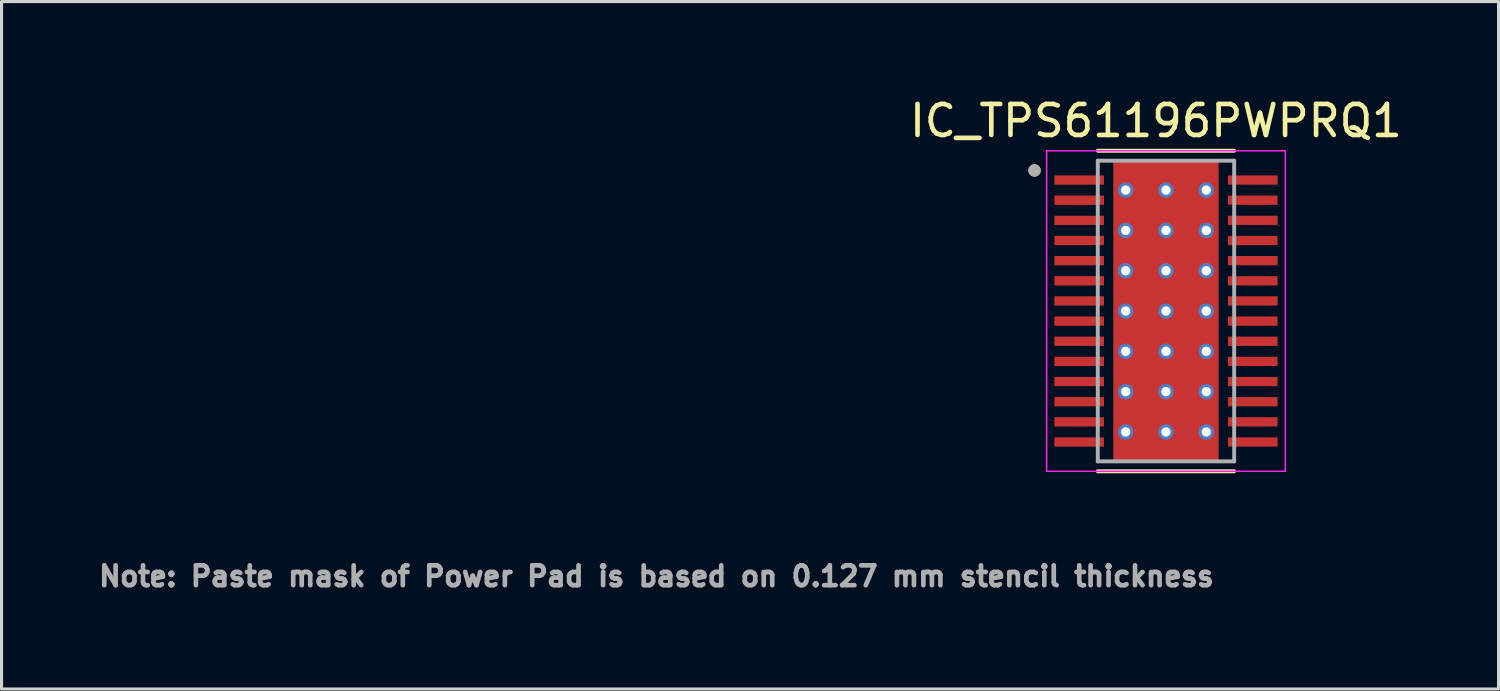
<source format=kicad_pcb>
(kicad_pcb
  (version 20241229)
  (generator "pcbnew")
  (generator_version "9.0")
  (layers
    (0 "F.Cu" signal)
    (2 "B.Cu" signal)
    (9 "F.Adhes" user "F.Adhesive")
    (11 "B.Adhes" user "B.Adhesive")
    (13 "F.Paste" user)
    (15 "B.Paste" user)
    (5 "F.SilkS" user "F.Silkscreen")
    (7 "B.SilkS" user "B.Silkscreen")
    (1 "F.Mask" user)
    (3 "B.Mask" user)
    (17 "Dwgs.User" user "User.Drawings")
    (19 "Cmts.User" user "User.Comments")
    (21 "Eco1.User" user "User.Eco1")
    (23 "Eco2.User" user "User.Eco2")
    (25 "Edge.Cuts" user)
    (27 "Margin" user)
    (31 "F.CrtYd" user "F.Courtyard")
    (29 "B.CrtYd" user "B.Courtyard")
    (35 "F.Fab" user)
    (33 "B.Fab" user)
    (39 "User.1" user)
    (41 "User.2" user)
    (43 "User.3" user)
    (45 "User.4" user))
  (footprint "IC_TPS61196PWPRQ1"
    (layer "F.Cu")
    (at 34.562 6.983)
    (property "Reference" "IC_TPS61196PWPRQ1" (at -0.325 -6.135 0) (layer "F.SilkS") (effects (font (size 1 1) (thickness 0.15))))
    (attr smd)
    (fp_poly (pts (xy -3.67 -4.445) (xy -1.93 -4.445) (xy -1.93 -4.005) (xy -3.67 -4.005)) (stroke (width 0.01) (type solid)) (fill yes) (layer "F.Mask"))
    (fp_poly (pts (xy -3.67 -3.795) (xy -1.93 -3.795) (xy -1.93 -3.355) (xy -3.67 -3.355)) (stroke (width 0.01) (type solid)) (fill yes) (layer "F.Mask"))
    (fp_poly (pts (xy -3.67 -3.145) (xy -1.93 -3.145) (xy -1.93 -2.705) (xy -3.67 -2.705)) (stroke (width 0.01) (type solid)) (fill yes) (layer "F.Mask"))
    (fp_poly (pts (xy -3.67 -2.495) (xy -1.93 -2.495) (xy -1.93 -2.055) (xy -3.67 -2.055)) (stroke (width 0.01) (type solid)) (fill yes) (layer "F.Mask"))
    (fp_poly (pts (xy -3.67 -1.845) (xy -1.93 -1.845) (xy -1.93 -1.405) (xy -3.67 -1.405)) (stroke (width 0.01) (type solid)) (fill yes) (layer "F.Mask"))
    (fp_poly (pts (xy -3.67 -1.195) (xy -1.93 -1.195) (xy -1.93 -0.755) (xy -3.67 -0.755)) (stroke (width 0.01) (type solid)) (fill yes) (layer "F.Mask"))
    (fp_poly (pts (xy -3.67 -0.545) (xy -1.93 -0.545) (xy -1.93 -0.105) (xy -3.67 -0.105)) (stroke (width 0.01) (type solid)) (fill yes) (layer "F.Mask"))
    (fp_poly (pts (xy -3.67 0.105) (xy -1.93 0.105) (xy -1.93 0.545) (xy -3.67 0.545)) (stroke (width 0.01) (type solid)) (fill yes) (layer "F.Mask"))
    (fp_poly (pts (xy -3.67 0.755) (xy -1.93 0.755) (xy -1.93 1.195) (xy -3.67 1.195)) (stroke (width 0.01) (type solid)) (fill yes) (layer "F.Mask"))
    (fp_poly (pts (xy -3.67 1.405) (xy -1.93 1.405) (xy -1.93 1.845) (xy -3.67 1.845)) (stroke (width 0.01) (type solid)) (fill yes) (layer "F.Mask"))
    (fp_poly (pts (xy -3.67 2.055) (xy -1.93 2.055) (xy -1.93 2.495) (xy -3.67 2.495)) (stroke (width 0.01) (type solid)) (fill yes) (layer "F.Mask"))
    (fp_poly (pts (xy -3.67 2.705) (xy -1.93 2.705) (xy -1.93 3.145) (xy -3.67 3.145)) (stroke (width 0.01) (type solid)) (fill yes) (layer "F.Mask"))
    (fp_poly (pts (xy -3.67 3.355) (xy -1.93 3.355) (xy -1.93 3.795) (xy -3.67 3.795)) (stroke (width 0.01) (type solid)) (fill yes) (layer "F.Mask"))
    (fp_poly (pts (xy -3.67 4.005) (xy -1.93 4.005) (xy -1.93 4.445) (xy -3.67 4.445)) (stroke (width 0.01) (type solid)) (fill yes) (layer "F.Mask"))
    (fp_poly (pts (xy -1.2 -3.23) (xy 1.2 -3.23) (xy 1.2 3.23) (xy -1.2 3.23)) (stroke (width 0.01) (type solid)) (fill yes) (layer "F.Mask"))
    (fp_poly (pts (xy 1.93 -4.445) (xy 3.67 -4.445) (xy 3.67 -4.005) (xy 1.93 -4.005)) (stroke (width 0.01) (type solid)) (fill yes) (layer "F.Mask"))
    (fp_poly (pts (xy 1.93 -3.795) (xy 3.67 -3.795) (xy 3.67 -3.355) (xy 1.93 -3.355)) (stroke (width 0.01) (type solid)) (fill yes) (layer "F.Mask"))
    (fp_poly (pts (xy 1.93 -3.145) (xy 3.67 -3.145) (xy 3.67 -2.705) (xy 1.93 -2.705)) (stroke (width 0.01) (type solid)) (fill yes) (layer "F.Mask"))
    (fp_poly (pts (xy 1.93 -2.495) (xy 3.67 -2.495) (xy 3.67 -2.055) (xy 1.93 -2.055)) (stroke (width 0.01) (type solid)) (fill yes) (layer "F.Mask"))
    (fp_poly (pts (xy 1.93 -1.845) (xy 3.67 -1.845) (xy 3.67 -1.405) (xy 1.93 -1.405)) (stroke (width 0.01) (type solid)) (fill yes) (layer "F.Mask"))
    (fp_poly (pts (xy 1.93 -1.195) (xy 3.67 -1.195) (xy 3.67 -0.755) (xy 1.93 -0.755)) (stroke (width 0.01) (type solid)) (fill yes) (layer "F.Mask"))
    (fp_poly (pts (xy 1.93 -0.545) (xy 3.67 -0.545) (xy 3.67 -0.105) (xy 1.93 -0.105)) (stroke (width 0.01) (type solid)) (fill yes) (layer "F.Mask"))
    (fp_poly (pts (xy 1.93 0.105) (xy 3.67 0.105) (xy 3.67 0.545) (xy 1.93 0.545)) (stroke (width 0.01) (type solid)) (fill yes) (layer "F.Mask"))
    (fp_poly (pts (xy 1.93 0.755) (xy 3.67 0.755) (xy 3.67 1.195) (xy 1.93 1.195)) (stroke (width 0.01) (type solid)) (fill yes) (layer "F.Mask"))
    (fp_poly (pts (xy 1.93 1.405) (xy 3.67 1.405) (xy 3.67 1.845) (xy 1.93 1.845)) (stroke (width 0.01) (type solid)) (fill yes) (layer "F.Mask"))
    (fp_poly (pts (xy 1.93 2.055) (xy 3.67 2.055) (xy 3.67 2.495) (xy 1.93 2.495)) (stroke (width 0.01) (type solid)) (fill yes) (layer "F.Mask"))
    (fp_poly (pts (xy 1.93 2.705) (xy 3.67 2.705) (xy 3.67 3.145) (xy 1.93 3.145)) (stroke (width 0.01) (type solid)) (fill yes) (layer "F.Mask"))
    (fp_poly (pts (xy 1.93 3.355) (xy 3.67 3.355) (xy 3.67 3.795) (xy 1.93 3.795)) (stroke (width 0.01) (type solid)) (fill yes) (layer "F.Mask"))
    (fp_poly (pts (xy 1.93 4.005) (xy 3.67 4.005) (xy 3.67 4.445) (xy 1.93 4.445)) (stroke (width 0.01) (type solid)) (fill yes) (layer "F.Mask"))
    (fp_line (start -2.2 -5.17) (end 2.2 -5.17) (stroke (width 0.127) (type solid)) (layer "F.SilkS"))
    (fp_line (start -2.2 5.17) (end 2.2 5.17) (stroke (width 0.127) (type solid)) (layer "F.SilkS"))
    (fp_circle (center -4.24 -4.535) (end -4.14 -4.535) (stroke (width 0.2) (type solid)) (fill no) (layer "F.SilkS"))
    (fp_poly (pts (xy -3.575 -4.35) (xy -2.025 -4.35) (xy -2.025 -4.1) (xy -3.575 -4.1)) (stroke (width 0.01) (type solid)) (fill yes) (layer "F.Paste"))
    (fp_poly (pts (xy -3.575 -3.7) (xy -2.025 -3.7) (xy -2.025 -3.45) (xy -3.575 -3.45)) (stroke (width 0.01) (type solid)) (fill yes) (layer "F.Paste"))
    (fp_poly (pts (xy -3.575 -3.05) (xy -2.025 -3.05) (xy -2.025 -2.8) (xy -3.575 -2.8)) (stroke (width 0.01) (type solid)) (fill yes) (layer "F.Paste"))
    (fp_poly (pts (xy -3.575 -2.4) (xy -2.025 -2.4) (xy -2.025 -2.15) (xy -3.575 -2.15)) (stroke (width 0.01) (type solid)) (fill yes) (layer "F.Paste"))
    (fp_poly (pts (xy -3.575 -1.75) (xy -2.025 -1.75) (xy -2.025 -1.5) (xy -3.575 -1.5)) (stroke (width 0.01) (type solid)) (fill yes) (layer "F.Paste"))
    (fp_poly (pts (xy -3.575 -1.1) (xy -2.025 -1.1) (xy -2.025 -0.85) (xy -3.575 -0.85)) (stroke (width 0.01) (type solid)) (fill yes) (layer "F.Paste"))
    (fp_poly (pts (xy -3.575 -0.45) (xy -2.025 -0.45) (xy -2.025 -0.2) (xy -3.575 -0.2)) (stroke (width 0.01) (type solid)) (fill yes) (layer "F.Paste"))
    (fp_poly (pts (xy -3.575 0.2) (xy -2.025 0.2) (xy -2.025 0.45) (xy -3.575 0.45)) (stroke (width 0.01) (type solid)) (fill yes) (layer "F.Paste"))
    (fp_poly (pts (xy -3.575 0.85) (xy -2.025 0.85) (xy -2.025 1.1) (xy -3.575 1.1)) (stroke (width 0.01) (type solid)) (fill yes) (layer "F.Paste"))
    (fp_poly (pts (xy -3.575 1.5) (xy -2.025 1.5) (xy -2.025 1.75) (xy -3.575 1.75)) (stroke (width 0.01) (type solid)) (fill yes) (layer "F.Paste"))
    (fp_poly (pts (xy -3.575 2.15) (xy -2.025 2.15) (xy -2.025 2.4) (xy -3.575 2.4)) (stroke (width 0.01) (type solid)) (fill yes) (layer "F.Paste"))
    (fp_poly (pts (xy -3.575 2.8) (xy -2.025 2.8) (xy -2.025 3.05) (xy -3.575 3.05)) (stroke (width 0.01) (type solid)) (fill yes) (layer "F.Paste"))
    (fp_poly (pts (xy -3.575 3.45) (xy -2.025 3.45) (xy -2.025 3.7) (xy -3.575 3.7)) (stroke (width 0.01) (type solid)) (fill yes) (layer "F.Paste"))
    (fp_poly (pts (xy -3.575 4.1) (xy -2.025 4.1) (xy -2.025 4.35) (xy -3.575 4.35)) (stroke (width 0.01) (type solid)) (fill yes) (layer "F.Paste"))
    (fp_poly (pts (xy -1.2 -3.23) (xy 1.2 -3.23) (xy 1.2 3.23) (xy -1.2 3.23)) (stroke (width 0.01) (type solid)) (fill yes) (layer "F.Paste"))
    (fp_poly (pts (xy 2.025 -4.35) (xy 3.575 -4.35) (xy 3.575 -4.1) (xy 2.025 -4.1)) (stroke (width 0.01) (type solid)) (fill yes) (layer "F.Paste"))
    (fp_poly (pts (xy 2.025 -3.7) (xy 3.575 -3.7) (xy 3.575 -3.45) (xy 2.025 -3.45)) (stroke (width 0.01) (type solid)) (fill yes) (layer "F.Paste"))
    (fp_poly (pts (xy 2.025 -3.05) (xy 3.575 -3.05) (xy 3.575 -2.8) (xy 2.025 -2.8)) (stroke (width 0.01) (type solid)) (fill yes) (layer "F.Paste"))
    (fp_poly (pts (xy 2.025 -2.4) (xy 3.575 -2.4) (xy 3.575 -2.15) (xy 2.025 -2.15)) (stroke (width 0.01) (type solid)) (fill yes) (layer "F.Paste"))
    (fp_poly (pts (xy 2.025 -1.75) (xy 3.575 -1.75) (xy 3.575 -1.5) (xy 2.025 -1.5)) (stroke (width 0.01) (type solid)) (fill yes) (layer "F.Paste"))
    (fp_poly (pts (xy 2.025 -1.1) (xy 3.575 -1.1) (xy 3.575 -0.85) (xy 2.025 -0.85)) (stroke (width 0.01) (type solid)) (fill yes) (layer "F.Paste"))
    (fp_poly (pts (xy 2.025 -0.45) (xy 3.575 -0.45) (xy 3.575 -0.2) (xy 2.025 -0.2)) (stroke (width 0.01) (type solid)) (fill yes) (layer "F.Paste"))
    (fp_poly (pts (xy 2.025 0.2) (xy 3.575 0.2) (xy 3.575 0.45) (xy 2.025 0.45)) (stroke (width 0.01) (type solid)) (fill yes) (layer "F.Paste"))
    (fp_poly (pts (xy 2.025 0.85) (xy 3.575 0.85) (xy 3.575 1.1) (xy 2.025 1.1)) (stroke (width 0.01) (type solid)) (fill yes) (layer "F.Paste"))
    (fp_poly (pts (xy 2.025 1.5) (xy 3.575 1.5) (xy 3.575 1.75) (xy 2.025 1.75)) (stroke (width 0.01) (type solid)) (fill yes) (layer "F.Paste"))
    (fp_poly (pts (xy 2.025 2.15) (xy 3.575 2.15) (xy 3.575 2.4) (xy 2.025 2.4)) (stroke (width 0.01) (type solid)) (fill yes) (layer "F.Paste"))
    (fp_poly (pts (xy 2.025 2.8) (xy 3.575 2.8) (xy 3.575 3.05) (xy 2.025 3.05)) (stroke (width 0.01) (type solid)) (fill yes) (layer "F.Paste"))
    (fp_poly (pts (xy 2.025 3.45) (xy 3.575 3.45) (xy 3.575 3.7) (xy 2.025 3.7)) (stroke (width 0.01) (type solid)) (fill yes) (layer "F.Paste"))
    (fp_poly (pts (xy 2.025 4.1) (xy 3.575 4.1) (xy 3.575 4.35) (xy 2.025 4.35)) (stroke (width 0.01) (type solid)) (fill yes) (layer "F.Paste"))
    (fp_line (start -3.85 -5.17) (end -3.85 5.17) (stroke (width 0.05) (type solid)) (layer "F.CrtYd"))
    (fp_line (start -3.85 -5.17) (end 3.85 -5.17) (stroke (width 0.05) (type solid)) (layer "F.CrtYd"))
    (fp_line (start -3.85 5.17) (end 3.85 5.17) (stroke (width 0.05) (type solid)) (layer "F.CrtYd"))
    (fp_line (start 3.85 -5.17) (end 3.85 5.17) (stroke (width 0.05) (type solid)) (layer "F.CrtYd"))
    (fp_line (start -2.2 -4.85) (end -2.2 4.85) (stroke (width 0.127) (type solid)) (layer "F.Fab"))
    (fp_line (start -2.2 -4.85) (end 2.2 -4.85) (stroke (width 0.127) (type solid)) (layer "F.Fab"))
    (fp_line (start -2.2 4.85) (end 2.2 4.85) (stroke (width 0.127) (type solid)) (layer "F.Fab"))
    (fp_line (start 2.2 -4.85) (end 2.2 4.85) (stroke (width 0.127) (type solid)) (layer "F.Fab"))
    (fp_circle (center -4.24 -4.535) (end -4.14 -4.535) (stroke (width 0.2) (type solid)) (fill no) (layer "F.Fab"))
    (fp_text user "Note: Paste mask of Power Pad is based on 0.127 mm stencil thickness" (at -16.435 8.555 0) (layer "F.Fab") (effects (font (size 0.64 0.64) (thickness 0.15))))
    (pad "1" smd rect (at -2.8 -4.225) (size 1.6 0.3) (layers "F.Cu"))
    (pad "2" smd rect (at -2.8 -3.575) (size 1.6 0.3) (layers "F.Cu"))
    (pad "3" smd rect (at -2.8 -2.925) (size 1.6 0.3) (layers "F.Cu"))
    (pad "4" smd rect (at -2.8 -2.275) (size 1.6 0.3) (layers "F.Cu"))
    (pad "5" smd rect (at -2.8 -1.625) (size 1.6 0.3) (layers "F.Cu"))
    (pad "6" smd rect (at -2.8 -0.975) (size 1.6 0.3) (layers "F.Cu"))
    (pad "7" smd rect (at -2.8 -0.325) (size 1.6 0.3) (layers "F.Cu"))
    (pad "8" smd rect (at -2.8 0.325) (size 1.6 0.3) (layers "F.Cu"))
    (pad "9" smd rect (at -2.8 0.975) (size 1.6 0.3) (layers "F.Cu"))
    (pad "10" smd rect (at -2.8 1.625) (size 1.6 0.3) (layers "F.Cu"))
    (pad "11" smd rect (at -2.8 2.275) (size 1.6 0.3) (layers "F.Cu"))
    (pad "12" smd rect (at -2.8 2.925) (size 1.6 0.3) (layers "F.Cu"))
    (pad "13" smd rect (at -2.8 3.575) (size 1.6 0.3) (layers "F.Cu"))
    (pad "14" smd rect (at -2.8 4.225) (size 1.6 0.3) (layers "F.Cu"))
    (pad "15" smd rect (at 2.8 4.225) (size 1.6 0.3) (layers "F.Cu"))
    (pad "16" smd rect (at 2.8 3.575) (size 1.6 0.3) (layers "F.Cu"))
    (pad "17" smd rect (at 2.8 2.925) (size 1.6 0.3) (layers "F.Cu"))
    (pad "18" smd rect (at 2.8 2.275) (size 1.6 0.3) (layers "F.Cu"))
    (pad "19" smd rect (at 2.8 1.625) (size 1.6 0.3) (layers "F.Cu"))
    (pad "20" smd rect (at 2.8 0.975) (size 1.6 0.3) (layers "F.Cu"))
    (pad "21" smd rect (at 2.8 0.325) (size 1.6 0.3) (layers "F.Cu"))
    (pad "22" smd rect (at 2.8 -0.325) (size 1.6 0.3) (layers "F.Cu"))
    (pad "23" smd rect (at 2.8 -0.975) (size 1.6 0.3) (layers "F.Cu"))
    (pad "24" smd rect (at 2.8 -1.625) (size 1.6 0.3) (layers "F.Cu"))
    (pad "25" smd rect (at 2.8 -2.275) (size 1.6 0.3) (layers "F.Cu"))
    (pad "26" smd rect (at 2.8 -2.925) (size 1.6 0.3) (layers "F.Cu"))
    (pad "27" smd rect (at 2.8 -3.575) (size 1.6 0.3) (layers "F.Cu"))
    (pad "28" smd rect (at 2.8 -4.225) (size 1.6 0.3) (layers "F.Cu"))
    (pad "29" smd rect (at 0 0) (size 3.4 9.7) (layers "F.Cu"))
    (pad "30" thru_hole circle (at 0 0) (size 0.5 0.5) (drill 0.3) (layers "*.Cu"))
    (pad "31" thru_hole circle (at 0 -1.3) (size 0.5 0.5) (drill 0.3) (layers "*.Cu"))
    (pad "32" thru_hole circle (at 0 -2.6) (size 0.5 0.5) (drill 0.3) (layers "*.Cu"))
    (pad "33" thru_hole circle (at 0 -3.9) (size 0.5 0.5) (drill 0.3) (layers "*.Cu"))
    (pad "34" thru_hole circle (at 0 1.3) (size 0.5 0.5) (drill 0.3) (layers "*.Cu"))
    (pad "35" thru_hole circle (at 0 2.6) (size 0.5 0.5) (drill 0.3) (layers "*.Cu"))
    (pad "36" thru_hole circle (at 0 3.9) (size 0.5 0.5) (drill 0.3) (layers "*.Cu"))
    (pad "37" thru_hole circle (at -1.3 -3.9) (size 0.5 0.5) (drill 0.3) (layers "*.Cu"))
    (pad "38" thru_hole circle (at 1.3 -3.9) (size 0.5 0.5) (drill 0.3) (layers "*.Cu"))
    (pad "39" thru_hole circle (at -1.3 -2.6) (size 0.5 0.5) (drill 0.3) (layers "*.Cu"))
    (pad "40" thru_hole circle (at 1.3 -2.6) (size 0.5 0.5) (drill 0.3) (layers "*.Cu"))
    (pad "41" thru_hole circle (at 1.3 -1.3) (size 0.5 0.5) (drill 0.3) (layers "*.Cu"))
    (pad "42" thru_hole circle (at -1.3 -1.3) (size 0.5 0.5) (drill 0.3) (layers "*.Cu"))
    (pad "43" thru_hole circle (at -1.3 0) (size 0.5 0.5) (drill 0.3) (layers "*.Cu"))
    (pad "44" thru_hole circle (at 1.3 0) (size 0.5 0.5) (drill 0.3) (layers "*.Cu"))
    (pad "45" thru_hole circle (at -1.3 1.3) (size 0.5 0.5) (drill 0.3) (layers "*.Cu"))
    (pad "46" thru_hole circle (at 1.3 1.3) (size 0.5 0.5) (drill 0.3) (layers "*.Cu"))
    (pad "47" thru_hole circle (at -1.3 2.6) (size 0.5 0.5) (drill 0.3) (layers "*.Cu"))
    (pad "48" thru_hole circle (at 1.3 2.6) (size 0.5 0.5) (drill 0.3) (layers "*.Cu"))
    (pad "49" thru_hole circle (at -1.3 3.9) (size 0.5 0.5) (drill 0.3) (layers "*.Cu"))
    (pad "50" thru_hole circle (at 1.3 3.9) (size 0.5 0.5) (drill 0.3) (layers "*.Cu")))
  (gr_rect
    (start -3 -3)
    (end 45.29 19.176)
    (stroke (width 0.1) (type default))
    (fill no)
    (layer "Edge.Cuts")))
</source>
